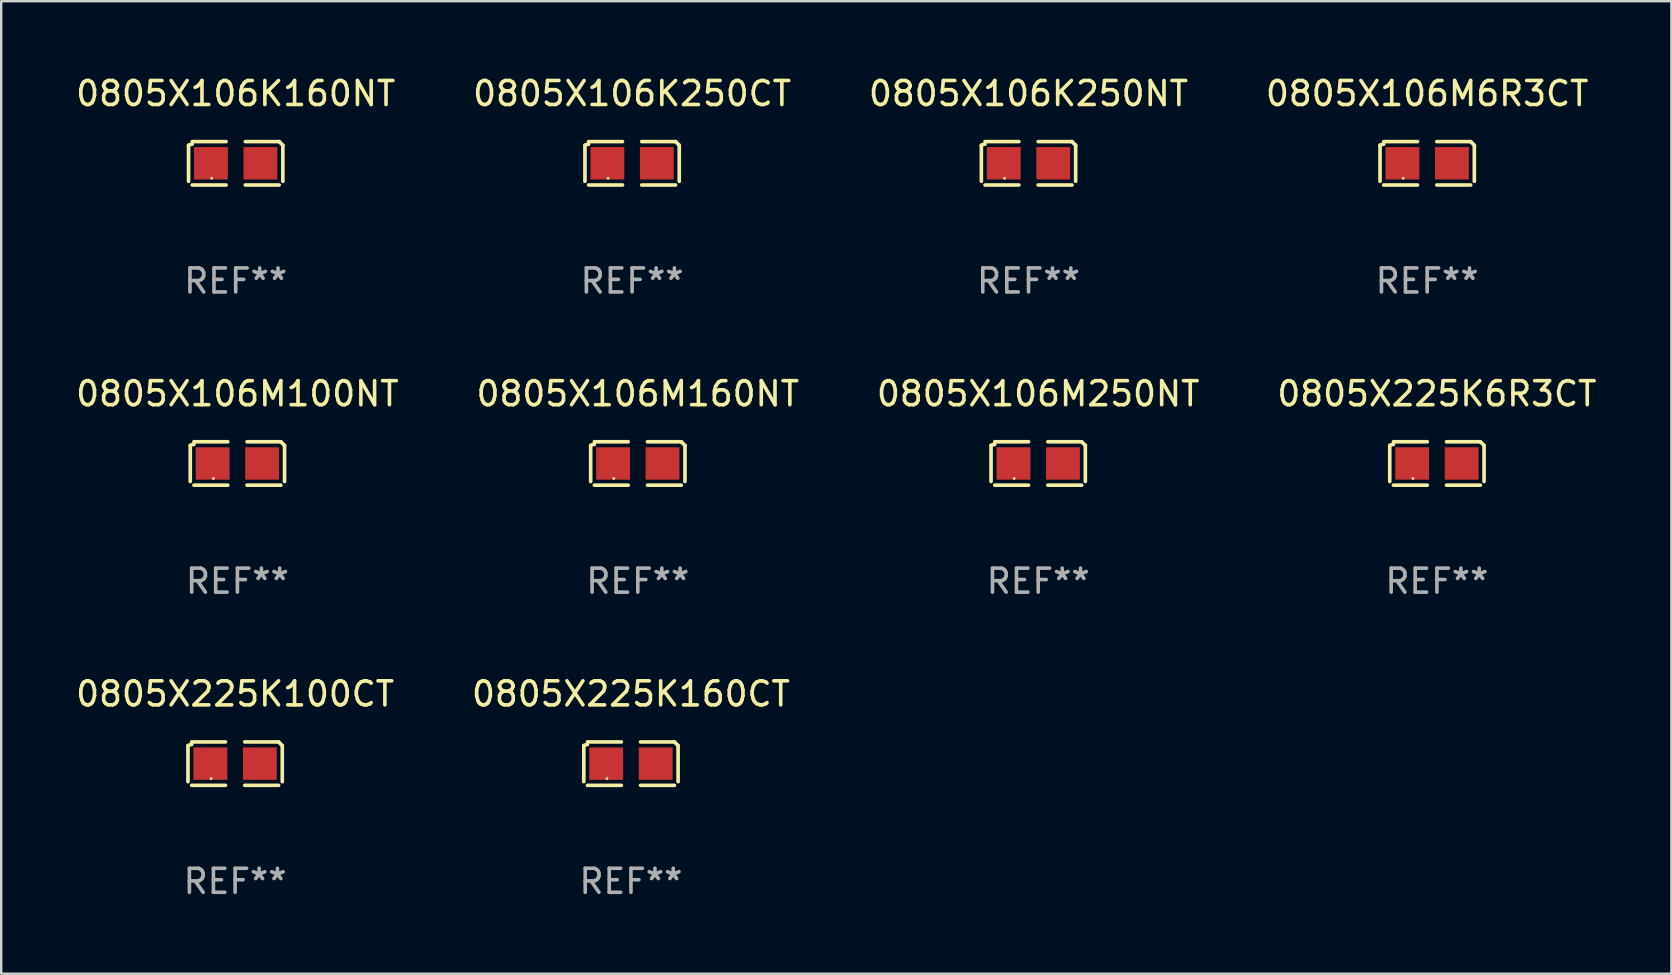
<source format=kicad_pcb>
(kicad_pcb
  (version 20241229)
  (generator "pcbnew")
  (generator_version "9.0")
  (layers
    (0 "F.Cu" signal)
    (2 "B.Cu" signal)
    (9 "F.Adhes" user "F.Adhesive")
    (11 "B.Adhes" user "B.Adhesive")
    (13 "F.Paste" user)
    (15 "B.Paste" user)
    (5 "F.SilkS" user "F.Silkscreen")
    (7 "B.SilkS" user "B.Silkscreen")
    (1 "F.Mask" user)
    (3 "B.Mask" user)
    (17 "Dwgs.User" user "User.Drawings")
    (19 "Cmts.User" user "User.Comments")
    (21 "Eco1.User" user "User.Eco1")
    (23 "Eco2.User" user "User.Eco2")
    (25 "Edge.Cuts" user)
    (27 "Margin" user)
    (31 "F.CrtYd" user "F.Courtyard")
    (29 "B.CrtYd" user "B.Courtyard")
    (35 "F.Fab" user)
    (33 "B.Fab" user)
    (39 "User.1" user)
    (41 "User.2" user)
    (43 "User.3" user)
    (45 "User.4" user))
  (footprint "0805X225K100CT"
    (layer "F.Cu")
    (at 6.744 28.759)
    (property "Reference" "0805X225K100CT" (at 0 -2.904 0) (layer "F.SilkS") (effects (font (size 1 1) (thickness 0.15))))
    (attr through_hole)
    (fp_line (start -1.964 0.751) (end -1.964 -0.751) (stroke (width 0.152) (type solid)) (layer "F.SilkS"))
    (fp_line (start -1.811 -0.904) (end -0.401 -0.904) (stroke (width 0.152) (type solid)) (layer "F.SilkS"))
    (fp_line (start -0.401 0.904) (end -1.811 0.904) (stroke (width 0.152) (type solid)) (layer "F.SilkS"))
    (fp_line (start 0.401 0.904) (end 1.811 0.904) (stroke (width 0.152) (type solid)) (layer "F.SilkS"))
    (fp_line (start 1.811 -0.904) (end 0.401 -0.904) (stroke (width 0.152) (type solid)) (layer "F.SilkS"))
    (fp_line (start 1.964 0.751) (end 1.964 -0.751) (stroke (width 0.152) (type solid)) (layer "F.SilkS"))
    (fp_arc (start -1.963602 -0.751207) (mid -1.890354 -0.783131) (end -1.811201 -0.794044) (stroke (width 0.1524) (type solid)) (layer "F.SilkS"))
    (fp_arc (start 1.811202 -0.903607) (mid 1.887413 -0.827418) (end 1.963602 -0.751207) (stroke (width 0.1524) (type solid)) (layer "F.SilkS"))
    (fp_circle (center -1 0.625) (end -0.97 0.625) (stroke (width 0.06) (type solid)) (fill no) (layer "F.SilkS"))
    (fp_text user "REF**" (at 0 4.904 0) (layer "F.Fab") (effects (font (size 1 1) (thickness 0.15))))
    (pad "1" smd rect (at -1.03 0) (size 1.41 1.35) (layers "F.Cu" "F.Mask" "F.Paste"))
    (pad "2" smd rect (at 1.03 0) (size 1.41 1.35) (layers "F.Cu" "F.Mask" "F.Paste")))
  (footprint "0805X106M6R3CT"
    (layer "F.Cu")
    (at 56.399 3.752)
    (property "Reference" "0805X106M6R3CT" (at 0 -2.904 0) (layer "F.SilkS") (effects (font (size 1 1) (thickness 0.15))))
    (attr through_hole)
    (fp_line (start -1.964 0.751) (end -1.964 -0.751) (stroke (width 0.152) (type solid)) (layer "F.SilkS"))
    (fp_line (start -1.811 -0.904) (end -0.401 -0.904) (stroke (width 0.152) (type solid)) (layer "F.SilkS"))
    (fp_line (start -0.401 0.904) (end -1.811 0.904) (stroke (width 0.152) (type solid)) (layer "F.SilkS"))
    (fp_line (start 0.401 0.904) (end 1.811 0.904) (stroke (width 0.152) (type solid)) (layer "F.SilkS"))
    (fp_line (start 1.811 -0.904) (end 0.401 -0.904) (stroke (width 0.152) (type solid)) (layer "F.SilkS"))
    (fp_line (start 1.964 0.751) (end 1.964 -0.751) (stroke (width 0.152) (type solid)) (layer "F.SilkS"))
    (fp_arc (start -1.963602 -0.751207) (mid -1.890354 -0.783131) (end -1.811201 -0.794044) (stroke (width 0.1524) (type solid)) (layer "F.SilkS"))
    (fp_arc (start 1.811202 -0.903607) (mid 1.887413 -0.827418) (end 1.963602 -0.751207) (stroke (width 0.1524) (type solid)) (layer "F.SilkS"))
    (fp_circle (center -1 0.625) (end -0.97 0.625) (stroke (width 0.06) (type solid)) (fill no) (layer "F.SilkS"))
    (fp_text user "REF**" (at 0 4.904 0) (layer "F.Fab") (effects (font (size 1 1) (thickness 0.15))))
    (pad "1" smd rect (at -1.03 0) (size 1.41 1.35) (layers "F.Cu" "F.Mask" "F.Paste"))
    (pad "2" smd rect (at 1.03 0) (size 1.41 1.35) (layers "F.Cu" "F.Mask" "F.Paste")))
  (footprint "0805X225K6R3CT"
    (layer "F.Cu")
    (at 56.804 16.256)
    (property "Reference" "0805X225K6R3CT" (at 0 -2.904 0) (layer "F.SilkS") (effects (font (size 1 1) (thickness 0.15))))
    (attr through_hole)
    (fp_line (start -1.964 0.751) (end -1.964 -0.751) (stroke (width 0.152) (type solid)) (layer "F.SilkS"))
    (fp_line (start -1.811 -0.904) (end -0.401 -0.904) (stroke (width 0.152) (type solid)) (layer "F.SilkS"))
    (fp_line (start -0.401 0.904) (end -1.811 0.904) (stroke (width 0.152) (type solid)) (layer "F.SilkS"))
    (fp_line (start 0.401 0.904) (end 1.811 0.904) (stroke (width 0.152) (type solid)) (layer "F.SilkS"))
    (fp_line (start 1.811 -0.904) (end 0.401 -0.904) (stroke (width 0.152) (type solid)) (layer "F.SilkS"))
    (fp_line (start 1.964 0.751) (end 1.964 -0.751) (stroke (width 0.152) (type solid)) (layer "F.SilkS"))
    (fp_arc (start -1.963602 -0.751207) (mid -1.890354 -0.783131) (end -1.811201 -0.794044) (stroke (width 0.1524) (type solid)) (layer "F.SilkS"))
    (fp_arc (start 1.811202 -0.903607) (mid 1.887413 -0.827418) (end 1.963602 -0.751207) (stroke (width 0.1524) (type solid)) (layer "F.SilkS"))
    (fp_circle (center -1 0.625) (end -0.97 0.625) (stroke (width 0.06) (type solid)) (fill no) (layer "F.SilkS"))
    (fp_text user "REF**" (at 0 4.904 0) (layer "F.Fab") (effects (font (size 1 1) (thickness 0.15))))
    (pad "1" smd rect (at -1.03 0) (size 1.41 1.35) (layers "F.Cu" "F.Mask" "F.Paste"))
    (pad "2" smd rect (at 1.03 0) (size 1.41 1.35) (layers "F.Cu" "F.Mask" "F.Paste")))
  (footprint "0805X225K160CT"
    (layer "F.Cu")
    (at 23.232 28.759)
    (property "Reference" "0805X225K160CT" (at 0 -2.904 0) (layer "F.SilkS") (effects (font (size 1 1) (thickness 0.15))))
    (attr through_hole)
    (fp_line (start -1.964 0.751) (end -1.964 -0.751) (stroke (width 0.152) (type solid)) (layer "F.SilkS"))
    (fp_line (start -1.811 -0.904) (end -0.401 -0.904) (stroke (width 0.152) (type solid)) (layer "F.SilkS"))
    (fp_line (start -0.401 0.904) (end -1.811 0.904) (stroke (width 0.152) (type solid)) (layer "F.SilkS"))
    (fp_line (start 0.401 0.904) (end 1.811 0.904) (stroke (width 0.152) (type solid)) (layer "F.SilkS"))
    (fp_line (start 1.811 -0.904) (end 0.401 -0.904) (stroke (width 0.152) (type solid)) (layer "F.SilkS"))
    (fp_line (start 1.964 0.751) (end 1.964 -0.751) (stroke (width 0.152) (type solid)) (layer "F.SilkS"))
    (fp_arc (start -1.963602 -0.751207) (mid -1.890354 -0.783131) (end -1.811201 -0.794044) (stroke (width 0.1524) (type solid)) (layer "F.SilkS"))
    (fp_arc (start 1.811202 -0.903607) (mid 1.887413 -0.827418) (end 1.963602 -0.751207) (stroke (width 0.1524) (type solid)) (layer "F.SilkS"))
    (fp_circle (center -1 0.625) (end -0.97 0.625) (stroke (width 0.06) (type solid)) (fill no) (layer "F.SilkS"))
    (fp_text user "REF**" (at 0 4.904 0) (layer "F.Fab") (effects (font (size 1 1) (thickness 0.15))))
    (pad "1" smd rect (at -1.03 0) (size 1.41 1.35) (layers "F.Cu" "F.Mask" "F.Paste"))
    (pad "2" smd rect (at 1.03 0) (size 1.41 1.35) (layers "F.Cu" "F.Mask" "F.Paste")))
  (footprint "0805X106K250CT"
    (layer "F.Cu")
    (at 23.28 3.752)
    (property "Reference" "0805X106K250CT" (at 0 -2.904 0) (layer "F.SilkS") (effects (font (size 1 1) (thickness 0.15))))
    (attr through_hole)
    (fp_line (start -1.964 0.751) (end -1.964 -0.751) (stroke (width 0.152) (type solid)) (layer "F.SilkS"))
    (fp_line (start -1.811 -0.904) (end -0.401 -0.904) (stroke (width 0.152) (type solid)) (layer "F.SilkS"))
    (fp_line (start -0.401 0.904) (end -1.811 0.904) (stroke (width 0.152) (type solid)) (layer "F.SilkS"))
    (fp_line (start 0.401 0.904) (end 1.811 0.904) (stroke (width 0.152) (type solid)) (layer "F.SilkS"))
    (fp_line (start 1.811 -0.904) (end 0.401 -0.904) (stroke (width 0.152) (type solid)) (layer "F.SilkS"))
    (fp_line (start 1.964 0.751) (end 1.964 -0.751) (stroke (width 0.152) (type solid)) (layer "F.SilkS"))
    (fp_arc (start -1.963602 -0.751207) (mid -1.890354 -0.783131) (end -1.811201 -0.794044) (stroke (width 0.1524) (type solid)) (layer "F.SilkS"))
    (fp_arc (start 1.811202 -0.903607) (mid 1.887413 -0.827418) (end 1.963602 -0.751207) (stroke (width 0.1524) (type solid)) (layer "F.SilkS"))
    (fp_circle (center -1 0.625) (end -0.97 0.625) (stroke (width 0.06) (type solid)) (fill no) (layer "F.SilkS"))
    (fp_text user "REF**" (at 0 4.904 0) (layer "F.Fab") (effects (font (size 1 1) (thickness 0.15))))
    (pad "1" smd rect (at -1.03 0) (size 1.41 1.35) (layers "F.Cu" "F.Mask" "F.Paste"))
    (pad "2" smd rect (at 1.03 0) (size 1.41 1.35) (layers "F.Cu" "F.Mask" "F.Paste")))
  (footprint "0805X106K160NT"
    (layer "F.Cu")
    (at 6.768 3.752)
    (property "Reference" "0805X106K160NT" (at 0 -2.904 0) (layer "F.SilkS") (effects (font (size 1 1) (thickness 0.15))))
    (attr through_hole)
    (fp_line (start -1.964 0.751) (end -1.964 -0.751) (stroke (width 0.152) (type solid)) (layer "F.SilkS"))
    (fp_line (start -1.811 -0.904) (end -0.401 -0.904) (stroke (width 0.152) (type solid)) (layer "F.SilkS"))
    (fp_line (start -0.401 0.904) (end -1.811 0.904) (stroke (width 0.152) (type solid)) (layer "F.SilkS"))
    (fp_line (start 0.401 0.904) (end 1.811 0.904) (stroke (width 0.152) (type solid)) (layer "F.SilkS"))
    (fp_line (start 1.811 -0.904) (end 0.401 -0.904) (stroke (width 0.152) (type solid)) (layer "F.SilkS"))
    (fp_line (start 1.964 0.751) (end 1.964 -0.751) (stroke (width 0.152) (type solid)) (layer "F.SilkS"))
    (fp_arc (start -1.963602 -0.751207) (mid -1.890354 -0.783131) (end -1.811201 -0.794044) (stroke (width 0.1524) (type solid)) (layer "F.SilkS"))
    (fp_arc (start 1.811202 -0.903607) (mid 1.887413 -0.827418) (end 1.963602 -0.751207) (stroke (width 0.1524) (type solid)) (layer "F.SilkS"))
    (fp_circle (center -1 0.625) (end -0.97 0.625) (stroke (width 0.06) (type solid)) (fill no) (layer "F.SilkS"))
    (fp_text user "REF**" (at 0 4.904 0) (layer "F.Fab") (effects (font (size 1 1) (thickness 0.15))))
    (pad "1" smd rect (at -1.03 0) (size 1.41 1.35) (layers "F.Cu" "F.Mask" "F.Paste"))
    (pad "2" smd rect (at 1.03 0) (size 1.41 1.35) (layers "F.Cu" "F.Mask" "F.Paste")))
  (footprint "0805X106M250NT"
    (layer "F.Cu")
    (at 40.196 16.256)
    (property "Reference" "0805X106M250NT" (at 0 -2.904 0) (layer "F.SilkS") (effects (font (size 1 1) (thickness 0.15))))
    (attr through_hole)
    (fp_line (start -1.964 0.751) (end -1.964 -0.751) (stroke (width 0.152) (type solid)) (layer "F.SilkS"))
    (fp_line (start -1.811 -0.904) (end -0.401 -0.904) (stroke (width 0.152) (type solid)) (layer "F.SilkS"))
    (fp_line (start -0.401 0.904) (end -1.811 0.904) (stroke (width 0.152) (type solid)) (layer "F.SilkS"))
    (fp_line (start 0.401 0.904) (end 1.811 0.904) (stroke (width 0.152) (type solid)) (layer "F.SilkS"))
    (fp_line (start 1.811 -0.904) (end 0.401 -0.904) (stroke (width 0.152) (type solid)) (layer "F.SilkS"))
    (fp_line (start 1.964 0.751) (end 1.964 -0.751) (stroke (width 0.152) (type solid)) (layer "F.SilkS"))
    (fp_arc (start -1.963602 -0.751207) (mid -1.890354 -0.783131) (end -1.811201 -0.794044) (stroke (width 0.1524) (type solid)) (layer "F.SilkS"))
    (fp_arc (start 1.811202 -0.903607) (mid 1.887413 -0.827418) (end 1.963602 -0.751207) (stroke (width 0.1524) (type solid)) (layer "F.SilkS"))
    (fp_circle (center -1 0.625) (end -0.97 0.625) (stroke (width 0.06) (type solid)) (fill no) (layer "F.SilkS"))
    (fp_text user "REF**" (at 0 4.904 0) (layer "F.Fab") (effects (font (size 1 1) (thickness 0.15))))
    (pad "1" smd rect (at -1.03 0) (size 1.41 1.35) (layers "F.Cu" "F.Mask" "F.Paste"))
    (pad "2" smd rect (at 1.03 0) (size 1.41 1.35) (layers "F.Cu" "F.Mask" "F.Paste")))
  (footprint "0805X106K250NT"
    (layer "F.Cu")
    (at 39.792 3.752)
    (property "Reference" "0805X106K250NT" (at 0 -2.904 0) (layer "F.SilkS") (effects (font (size 1 1) (thickness 0.15))))
    (attr through_hole)
    (fp_line (start -1.964 0.751) (end -1.964 -0.751) (stroke (width 0.152) (type solid)) (layer "F.SilkS"))
    (fp_line (start -1.811 -0.904) (end -0.401 -0.904) (stroke (width 0.152) (type solid)) (layer "F.SilkS"))
    (fp_line (start -0.401 0.904) (end -1.811 0.904) (stroke (width 0.152) (type solid)) (layer "F.SilkS"))
    (fp_line (start 0.401 0.904) (end 1.811 0.904) (stroke (width 0.152) (type solid)) (layer "F.SilkS"))
    (fp_line (start 1.811 -0.904) (end 0.401 -0.904) (stroke (width 0.152) (type solid)) (layer "F.SilkS"))
    (fp_line (start 1.964 0.751) (end 1.964 -0.751) (stroke (width 0.152) (type solid)) (layer "F.SilkS"))
    (fp_arc (start -1.963602 -0.751207) (mid -1.890354 -0.783131) (end -1.811201 -0.794044) (stroke (width 0.1524) (type solid)) (layer "F.SilkS"))
    (fp_arc (start 1.811202 -0.903607) (mid 1.887413 -0.827418) (end 1.963602 -0.751207) (stroke (width 0.1524) (type solid)) (layer "F.SilkS"))
    (fp_circle (center -1 0.625) (end -0.97 0.625) (stroke (width 0.06) (type solid)) (fill no) (layer "F.SilkS"))
    (fp_text user "REF**" (at 0 4.904 0) (layer "F.Fab") (effects (font (size 1 1) (thickness 0.15))))
    (pad "1" smd rect (at -1.03 0) (size 1.41 1.35) (layers "F.Cu" "F.Mask" "F.Paste"))
    (pad "2" smd rect (at 1.03 0) (size 1.41 1.35) (layers "F.Cu" "F.Mask" "F.Paste")))
  (footprint "0805X106M160NT"
    (layer "F.Cu")
    (at 23.518 16.256)
    (property "Reference" "0805X106M160NT" (at 0 -2.904 0) (layer "F.SilkS") (effects (font (size 1 1) (thickness 0.15))))
    (attr through_hole)
    (fp_line (start -1.964 0.751) (end -1.964 -0.751) (stroke (width 0.152) (type solid)) (layer "F.SilkS"))
    (fp_line (start -1.811 -0.904) (end -0.401 -0.904) (stroke (width 0.152) (type solid)) (layer "F.SilkS"))
    (fp_line (start -0.401 0.904) (end -1.811 0.904) (stroke (width 0.152) (type solid)) (layer "F.SilkS"))
    (fp_line (start 0.401 0.904) (end 1.811 0.904) (stroke (width 0.152) (type solid)) (layer "F.SilkS"))
    (fp_line (start 1.811 -0.904) (end 0.401 -0.904) (stroke (width 0.152) (type solid)) (layer "F.SilkS"))
    (fp_line (start 1.964 0.751) (end 1.964 -0.751) (stroke (width 0.152) (type solid)) (layer "F.SilkS"))
    (fp_arc (start -1.963602 -0.751207) (mid -1.890354 -0.783131) (end -1.811201 -0.794044) (stroke (width 0.1524) (type solid)) (layer "F.SilkS"))
    (fp_arc (start 1.811202 -0.903607) (mid 1.887413 -0.827418) (end 1.963602 -0.751207) (stroke (width 0.1524) (type solid)) (layer "F.SilkS"))
    (fp_circle (center -1 0.625) (end -0.97 0.625) (stroke (width 0.06) (type solid)) (fill no) (layer "F.SilkS"))
    (fp_text user "REF**" (at 0 4.904 0) (layer "F.Fab") (effects (font (size 1 1) (thickness 0.15))))
    (pad "1" smd rect (at -1.03 0) (size 1.41 1.35) (layers "F.Cu" "F.Mask" "F.Paste"))
    (pad "2" smd rect (at 1.03 0) (size 1.41 1.35) (layers "F.Cu" "F.Mask" "F.Paste")))
  (footprint "0805X106M100NT"
    (layer "F.Cu")
    (at 6.839 16.256)
    (property "Reference" "0805X106M100NT" (at 0 -2.904 0) (layer "F.SilkS") (effects (font (size 1 1) (thickness 0.15))))
    (attr through_hole)
    (fp_line (start -1.964 0.751) (end -1.964 -0.751) (stroke (width 0.152) (type solid)) (layer "F.SilkS"))
    (fp_line (start -1.811 -0.904) (end -0.401 -0.904) (stroke (width 0.152) (type solid)) (layer "F.SilkS"))
    (fp_line (start -0.401 0.904) (end -1.811 0.904) (stroke (width 0.152) (type solid)) (layer "F.SilkS"))
    (fp_line (start 0.401 0.904) (end 1.811 0.904) (stroke (width 0.152) (type solid)) (layer "F.SilkS"))
    (fp_line (start 1.811 -0.904) (end 0.401 -0.904) (stroke (width 0.152) (type solid)) (layer "F.SilkS"))
    (fp_line (start 1.964 0.751) (end 1.964 -0.751) (stroke (width 0.152) (type solid)) (layer "F.SilkS"))
    (fp_arc (start -1.963602 -0.751207) (mid -1.890354 -0.783131) (end -1.811201 -0.794044) (stroke (width 0.1524) (type solid)) (layer "F.SilkS"))
    (fp_arc (start 1.811202 -0.903607) (mid 1.887413 -0.827418) (end 1.963602 -0.751207) (stroke (width 0.1524) (type solid)) (layer "F.SilkS"))
    (fp_circle (center -1 0.625) (end -0.97 0.625) (stroke (width 0.06) (type solid)) (fill no) (layer "F.SilkS"))
    (fp_text user "REF**" (at 0 4.904 0) (layer "F.Fab") (effects (font (size 1 1) (thickness 0.15))))
    (pad "1" smd rect (at -1.03 0) (size 1.41 1.35) (layers "F.Cu" "F.Mask" "F.Paste"))
    (pad "2" smd rect (at 1.03 0) (size 1.41 1.35) (layers "F.Cu" "F.Mask" "F.Paste")))
  (gr_rect
    (start -3 -3)
    (end 66.571 37.511)
    (stroke (width 0.1) (type default))
    (fill no)
    (layer "Edge.Cuts")))
</source>
